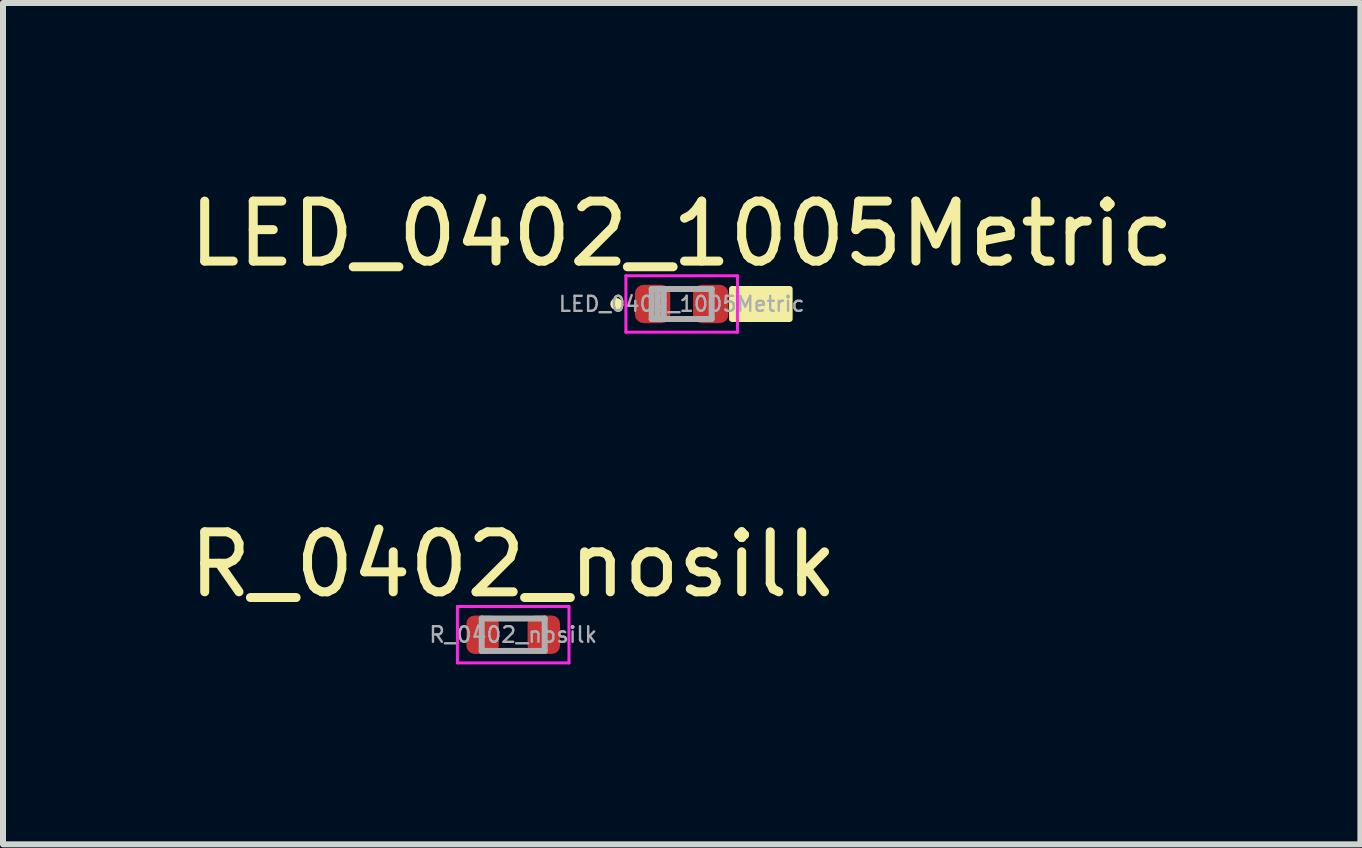
<source format=kicad_pcb>
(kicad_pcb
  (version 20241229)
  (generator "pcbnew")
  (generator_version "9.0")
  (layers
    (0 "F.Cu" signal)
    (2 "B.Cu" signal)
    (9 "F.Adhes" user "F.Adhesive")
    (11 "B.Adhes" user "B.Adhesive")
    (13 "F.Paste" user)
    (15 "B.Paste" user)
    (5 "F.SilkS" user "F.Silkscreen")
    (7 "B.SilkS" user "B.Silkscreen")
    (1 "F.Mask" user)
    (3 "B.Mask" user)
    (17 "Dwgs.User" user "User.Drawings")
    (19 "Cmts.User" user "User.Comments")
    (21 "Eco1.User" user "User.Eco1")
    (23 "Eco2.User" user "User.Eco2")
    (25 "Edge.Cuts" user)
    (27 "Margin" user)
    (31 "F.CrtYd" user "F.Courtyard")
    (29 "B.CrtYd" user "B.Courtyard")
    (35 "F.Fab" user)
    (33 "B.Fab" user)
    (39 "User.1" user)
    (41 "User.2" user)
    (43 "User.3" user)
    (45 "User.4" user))
  (footprint "R_0402_nosilk"
    (layer "F.Cu")
    (at 5.506 7.532)
    (property "Reference" "R_0402_nosilk" (at 0 -1.17 0) (layer "F.SilkS") (effects (font (size 1 1) (thickness 0.15))))
    (attr smd)
    (fp_line (start -0.93 -0.47) (end 0.93 -0.47) (stroke (width 0.05) (type solid)) (layer "F.CrtYd"))
    (fp_line (start -0.93 0.47) (end -0.93 -0.47) (stroke (width 0.05) (type solid)) (layer "F.CrtYd"))
    (fp_line (start 0.93 -0.47) (end 0.93 0.47) (stroke (width 0.05) (type solid)) (layer "F.CrtYd"))
    (fp_line (start 0.93 0.47) (end -0.93 0.47) (stroke (width 0.05) (type solid)) (layer "F.CrtYd"))
    (fp_line (start -0.525 -0.27) (end 0.525 -0.27) (stroke (width 0.1) (type solid)) (layer "F.Fab"))
    (fp_line (start -0.525 0.27) (end -0.525 -0.27) (stroke (width 0.1) (type solid)) (layer "F.Fab"))
    (fp_line (start 0.525 -0.27) (end 0.525 0.27) (stroke (width 0.1) (type solid)) (layer "F.Fab"))
    (fp_line (start 0.525 0.27) (end -0.525 0.27) (stroke (width 0.1) (type solid)) (layer "F.Fab"))
    (fp_text user "${REFERENCE}" (at 0 0 0) (layer "F.Fab") (effects (font (size 0.26 0.26) (thickness 0.04))))
    (pad "1" smd roundrect (at -0.51 0) (size 0.54 0.64) (layers "F.Cu" "F.Mask" "F.Paste") (roundrect_rratio 0.25))
    (pad "2" smd roundrect (at 0.51 0) (size 0.54 0.64) (layers "F.Cu" "F.Mask" "F.Paste") (roundrect_rratio 0.25)))
  (footprint "LED_0402_1005Metric"
    (layer "F.Cu")
    (at 8.315 2.018)
    (property "Reference" "LED_0402_1005Metric" (at 0 -1.17 0) (layer "F.SilkS") (effects (font (size 1 1) (thickness 0.15))))
    (attr smd)
    (fp_rect (start 0.84 -0.25) (end 1.8 0.25) (stroke (width 0.1) (type solid)) (fill yes) (layer "F.SilkS"))
    (fp_circle (center -1.09 0) (end -1.04 0) (stroke (width 0.1) (type solid)) (fill no) (layer "F.SilkS"))
    (fp_line (start -0.93 -0.47) (end 0.93 -0.47) (stroke (width 0.05) (type solid)) (layer "F.CrtYd"))
    (fp_line (start -0.93 0.47) (end -0.93 -0.47) (stroke (width 0.05) (type solid)) (layer "F.CrtYd"))
    (fp_line (start 0.93 -0.47) (end 0.93 0.47) (stroke (width 0.05) (type solid)) (layer "F.CrtYd"))
    (fp_line (start 0.93 0.47) (end -0.93 0.47) (stroke (width 0.05) (type solid)) (layer "F.CrtYd"))
    (fp_line (start -0.5 -0.25) (end 0.5 -0.25) (stroke (width 0.1) (type solid)) (layer "F.Fab"))
    (fp_line (start -0.5 0.25) (end -0.5 -0.25) (stroke (width 0.1) (type solid)) (layer "F.Fab"))
    (fp_line (start -0.4 0.25) (end -0.4 -0.25) (stroke (width 0.1) (type solid)) (layer "F.Fab"))
    (fp_line (start -0.3 0.25) (end -0.3 -0.25) (stroke (width 0.1) (type solid)) (layer "F.Fab"))
    (fp_line (start 0.5 -0.25) (end 0.5 0.25) (stroke (width 0.1) (type solid)) (layer "F.Fab"))
    (fp_line (start 0.5 0.25) (end -0.5 0.25) (stroke (width 0.1) (type solid)) (layer "F.Fab"))
    (fp_text user "${REFERENCE}" (at 0 0 0) (layer "F.Fab") (effects (font (size 0.25 0.25) (thickness 0.04))))
    (pad "1" smd roundrect (at -0.485 0) (size 0.59 0.64) (layers "F.Cu" "F.Mask" "F.Paste") (roundrect_rratio 0.25))
    (pad "2" smd roundrect (at 0.485 0) (size 0.59 0.64) (layers "F.Cu" "F.Mask" "F.Paste") (roundrect_rratio 0.25)))
  (gr_rect
    (start -3 -3)
    (end 19.631 11.027)
    (stroke (width 0.1) (type default))
    (fill no)
    (layer "Edge.Cuts")))
</source>
